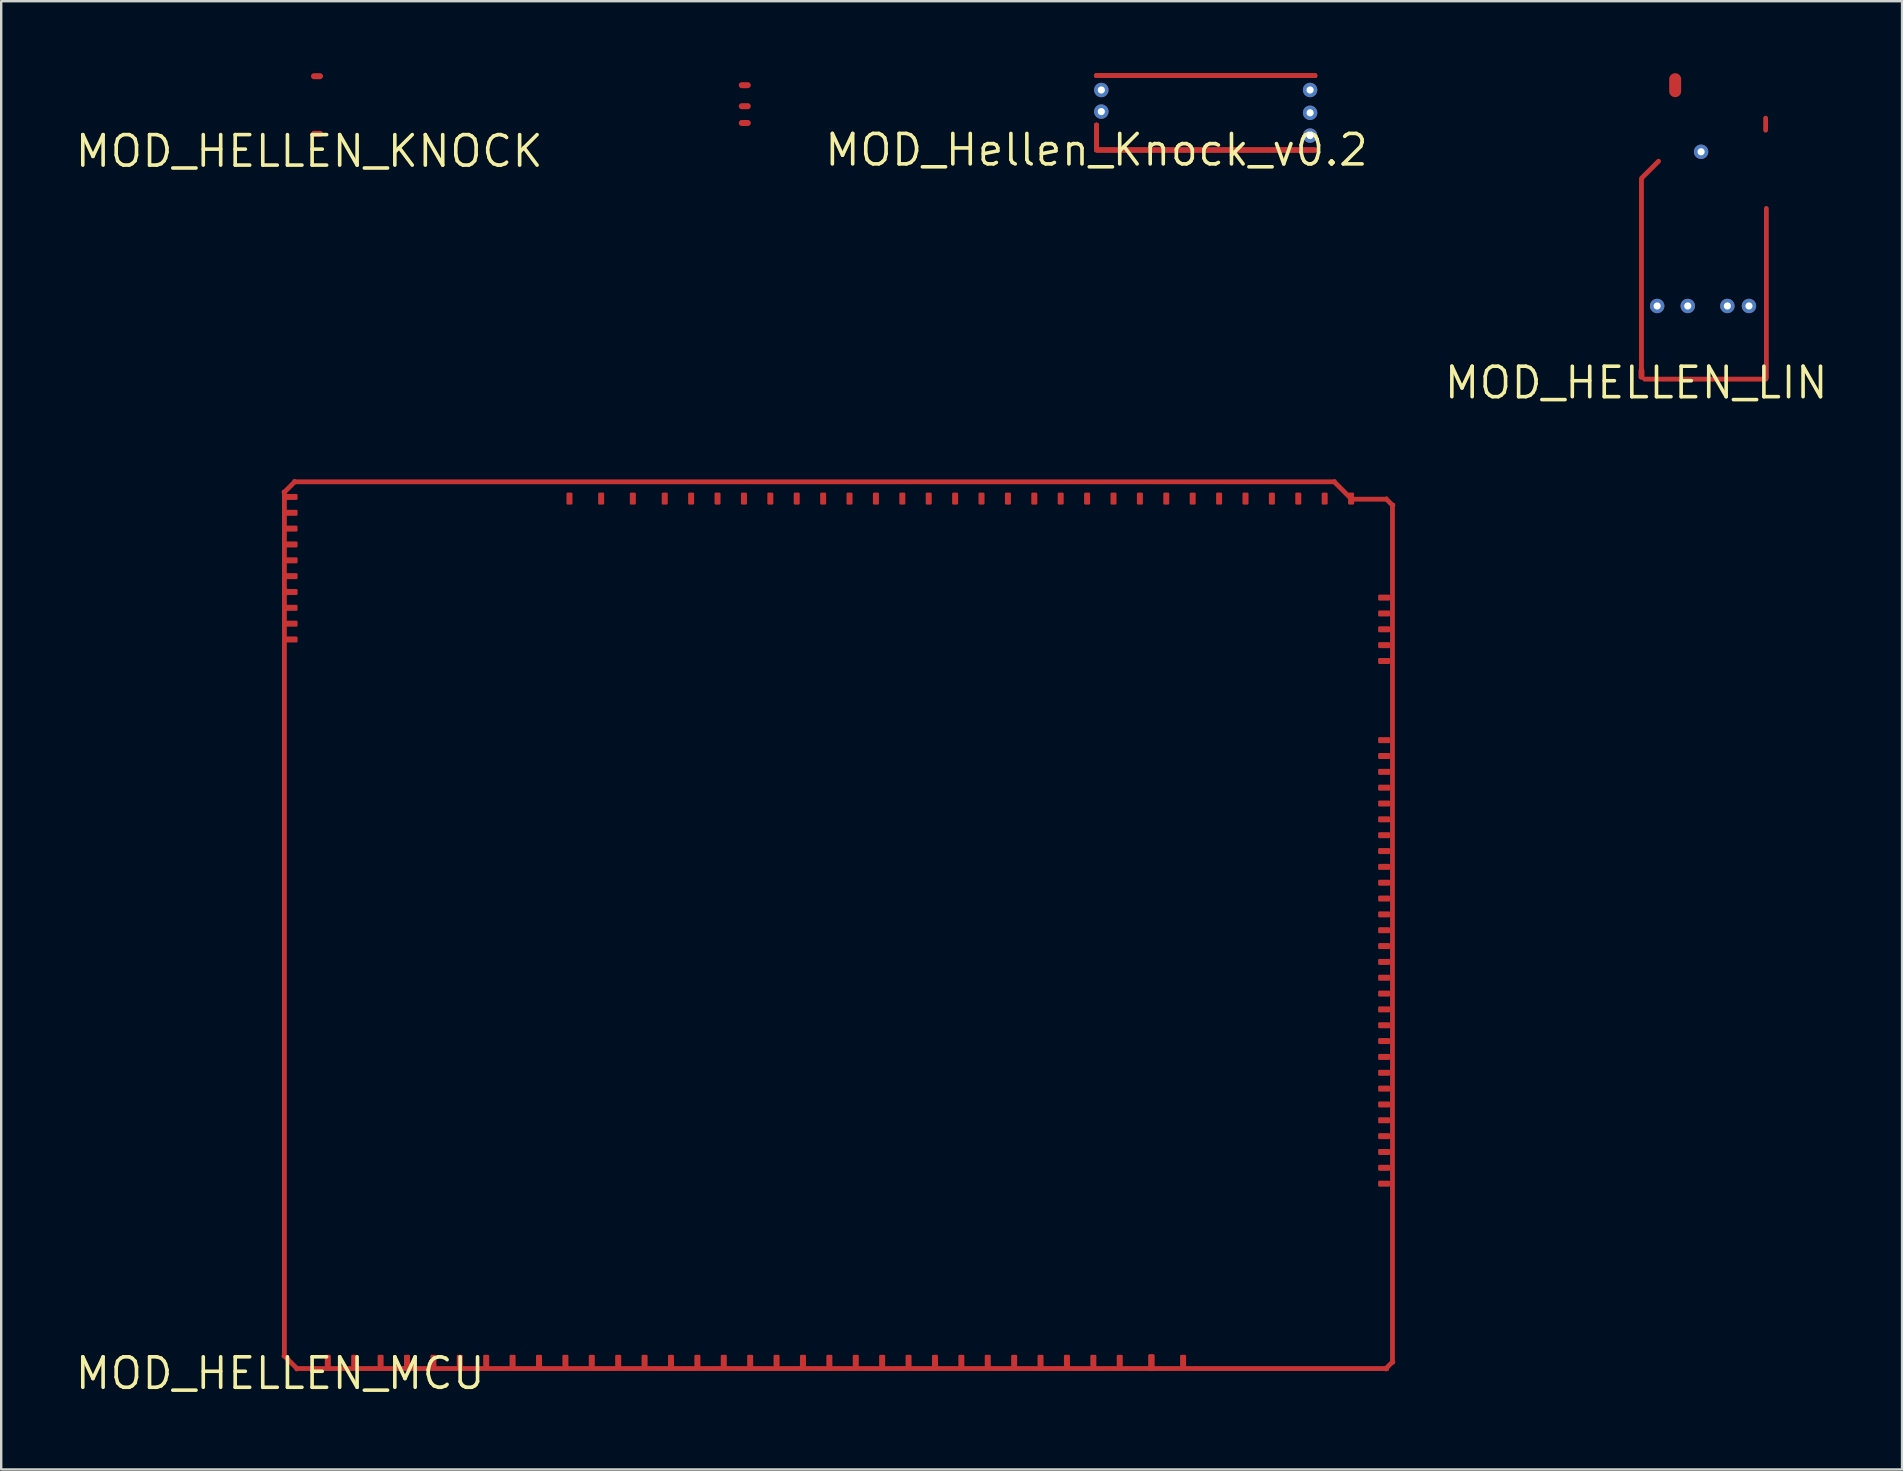
<source format=kicad_pcb>
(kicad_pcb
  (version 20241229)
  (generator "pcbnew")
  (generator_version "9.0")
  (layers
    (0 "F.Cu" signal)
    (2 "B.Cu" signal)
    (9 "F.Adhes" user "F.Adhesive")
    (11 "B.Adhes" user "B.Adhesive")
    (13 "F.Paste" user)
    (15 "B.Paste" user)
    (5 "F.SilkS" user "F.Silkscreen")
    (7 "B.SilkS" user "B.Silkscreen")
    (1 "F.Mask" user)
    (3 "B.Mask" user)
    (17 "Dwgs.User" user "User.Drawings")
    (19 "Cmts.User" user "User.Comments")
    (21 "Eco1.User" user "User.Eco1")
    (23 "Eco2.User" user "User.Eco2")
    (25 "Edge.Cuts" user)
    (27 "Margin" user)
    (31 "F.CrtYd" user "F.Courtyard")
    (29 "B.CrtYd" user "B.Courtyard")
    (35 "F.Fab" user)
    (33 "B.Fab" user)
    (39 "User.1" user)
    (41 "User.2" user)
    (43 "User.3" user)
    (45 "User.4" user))
  (footprint "MOD_HELLEN_KNOCK"
    (layer "F.Cu")
    (at 9.835 3.25)
    (property "Reference" "MOD_HELLEN_KNOCK" (at 0 0 0) (layer "F.SilkS") (effects (font (size 1.27 1.27) (thickness 0.15))))
    (attr through_hole)
    (pad "1" smd oval (at 18.15 -2.75 180) (size 0.5 0.25) (layers "F.Cu" "F.Mask"))
    (pad "2" smd oval (at 18.15 -1.875 180) (size 0.5 0.25) (layers "F.Cu" "F.Mask"))
    (pad "3" smd oval (at 18.15 -1.175 180) (size 0.5 0.25) (layers "F.Cu" "F.Mask"))
    (pad "4" smd oval (at 0.325 -0.725) (size 0.5 0.25) (layers "F.Cu" "F.Mask"))
    (pad "5" smd oval (at 0.325 -3.125) (size 0.5 0.25) (layers "F.Cu" "F.Mask")))
  (footprint "MOD_HELLEN_MCU"
    (layer "F.Cu")
    (at 8.625 54.178)
    (property "Reference" "MOD_HELLEN_MCU" (at 0 0 0) (layer "F.SilkS") (effects (font (size 1.27 1.27) (thickness 0.15))))
    (attr through_hole)
    (pad "1" smd roundrect (at 46.002 -32.325 90) (size 0.25 0.5) (layers "F.Cu" "F.Mask") (roundrect_rratio 0.2))
    (pad "2" smd roundrect (at 46.002 -31.665 270) (size 0.25 0.5) (layers "F.Cu" "F.Mask") (roundrect_rratio 0.2))
    (pad "3" smd roundrect (at 46.002 -31.005 270) (size 0.25 0.5) (layers "F.Cu" "F.Mask") (roundrect_rratio 0.2))
    (pad "4" smd roundrect (at 46.002 -30.345 270) (size 0.25 0.5) (layers "F.Cu" "F.Mask") (roundrect_rratio 0.2))
    (pad "5" smd roundrect (at 46.002 -29.685 270) (size 0.25 0.5) (layers "F.Cu" "F.Mask") (roundrect_rratio 0.2))
    (pad "6" smd roundrect (at 46.002 -26.385 270) (size 0.25 0.5) (layers "F.Cu" "F.Mask") (roundrect_rratio 0.2))
    (pad "7" smd roundrect (at 46.002 -25.725 270) (size 0.25 0.5) (layers "F.Cu" "F.Mask") (roundrect_rratio 0.2))
    (pad "8" smd roundrect (at 46.002 -25.065 270) (size 0.25 0.5) (layers "F.Cu" "F.Mask") (roundrect_rratio 0.2))
    (pad "9" smd roundrect (at 46.002 -24.405 270) (size 0.25 0.5) (layers "F.Cu" "F.Mask") (roundrect_rratio 0.2))
    (pad "10" smd roundrect (at 46.002 -23.745 270) (size 0.25 0.5) (layers "F.Cu" "F.Mask") (roundrect_rratio 0.2))
    (pad "11" smd roundrect (at 46.002 -23.085 270) (size 0.25 0.5) (layers "F.Cu" "F.Mask") (roundrect_rratio 0.2))
    (pad "12" smd roundrect (at 46.002 -22.425 270) (size 0.25 0.5) (layers "F.Cu" "F.Mask") (roundrect_rratio 0.2))
    (pad "13" smd roundrect (at 46.002 -21.765 270) (size 0.25 0.5) (layers "F.Cu" "F.Mask") (roundrect_rratio 0.2))
    (pad "14" smd roundrect (at 46.002 -21.105 270) (size 0.25 0.5) (layers "F.Cu" "F.Mask") (roundrect_rratio 0.2))
    (pad "15" smd roundrect (at 46.002 -20.445 270) (size 0.25 0.5) (layers "F.Cu" "F.Mask") (roundrect_rratio 0.2))
    (pad "16" smd roundrect (at 46.002 -19.785 270) (size 0.25 0.5) (layers "F.Cu" "F.Mask") (roundrect_rratio 0.2))
    (pad "17" smd roundrect (at 46.002 -19.125 270) (size 0.25 0.5) (layers "F.Cu" "F.Mask") (roundrect_rratio 0.2))
    (pad "18" smd roundrect (at 46.002 -18.465 270) (size 0.25 0.5) (layers "F.Cu" "F.Mask") (roundrect_rratio 0.2))
    (pad "19" smd roundrect (at 46.002 -17.805 270) (size 0.25 0.5) (layers "F.Cu" "F.Mask") (roundrect_rratio 0.2))
    (pad "20" smd roundrect (at 46.002 -17.145 270) (size 0.25 0.5) (layers "F.Cu" "F.Mask") (roundrect_rratio 0.2))
    (pad "21" smd roundrect (at 46.002 -16.485 270) (size 0.25 0.5) (layers "F.Cu" "F.Mask") (roundrect_rratio 0.2))
    (pad "22" smd roundrect (at 46.002 -15.825 270) (size 0.25 0.5) (layers "F.Cu" "F.Mask") (roundrect_rratio 0.2))
    (pad "23" smd roundrect (at 46.002 -15.165 270) (size 0.25 0.5) (layers "F.Cu" "F.Mask") (roundrect_rratio 0.2))
    (pad "24" smd roundrect (at 46.002 -14.505 270) (size 0.25 0.5) (layers "F.Cu" "F.Mask") (roundrect_rratio 0.2))
    (pad "25" smd roundrect (at 46.002 -13.845 270) (size 0.25 0.5) (layers "F.Cu" "F.Mask") (roundrect_rratio 0.2))
    (pad "26" smd roundrect (at 46.002 -13.185 270) (size 0.25 0.5) (layers "F.Cu" "F.Mask") (roundrect_rratio 0.2))
    (pad "27" smd roundrect (at 46.002 -12.525 270) (size 0.25 0.5) (layers "F.Cu" "F.Mask") (roundrect_rratio 0.2))
    (pad "28" smd roundrect (at 46.002 -11.865 270) (size 0.25 0.5) (layers "F.Cu" "F.Mask") (roundrect_rratio 0.2))
    (pad "29" smd roundrect (at 46.002 -11.205 270) (size 0.25 0.5) (layers "F.Cu" "F.Mask") (roundrect_rratio 0.2))
    (pad "30" smd roundrect (at 46.002 -10.545 270) (size 0.25 0.5) (layers "F.Cu" "F.Mask") (roundrect_rratio 0.2))
    (pad "31" smd roundrect (at 46.002 -9.885 270) (size 0.25 0.5) (layers "F.Cu" "F.Mask") (roundrect_rratio 0.2))
    (pad "32" smd roundrect (at 46.002 -9.225 270) (size 0.25 0.5) (layers "F.Cu" "F.Mask") (roundrect_rratio 0.2))
    (pad "33" smd roundrect (at 46.002 -8.565 270) (size 0.25 0.5) (layers "F.Cu" "F.Mask") (roundrect_rratio 0.2))
    (pad "34" smd roundrect (at 46.002 -7.905 270) (size 0.25 0.5) (layers "F.Cu" "F.Mask") (roundrect_rratio 0.2))
    (pad "35" smd roundrect (at 12.055 -36.452 180) (size 0.25 0.5) (layers "F.Cu" "F.Mask") (roundrect_rratio 0.2))
    (pad "36" smd roundrect (at 13.375 -36.452) (size 0.25 0.5) (layers "F.Cu" "F.Mask") (roundrect_rratio 0.2))
    (pad "37" smd roundrect (at 14.695 -36.452) (size 0.25 0.5) (layers "F.Cu" "F.Mask") (roundrect_rratio 0.2))
    (pad "38" smd roundrect (at 16.025 -36.452) (size 0.25 0.5) (layers "F.Cu" "F.Mask") (roundrect_rratio 0.2))
    (pad "39" smd roundrect (at 17.125 -36.452) (size 0.25 0.5) (layers "F.Cu" "F.Mask") (roundrect_rratio 0.2))
    (pad "40" smd roundrect (at 18.225 -36.452) (size 0.25 0.5) (layers "F.Cu" "F.Mask") (roundrect_rratio 0.2))
    (pad "41" smd roundrect (at 19.325 -36.452) (size 0.25 0.5) (layers "F.Cu" "F.Mask") (roundrect_rratio 0.2))
    (pad "42" smd roundrect (at 20.425 -36.452) (size 0.25 0.5) (layers "F.Cu" "F.Mask") (roundrect_rratio 0.2))
    (pad "43" smd roundrect (at 21.525 -36.452) (size 0.25 0.5) (layers "F.Cu" "F.Mask") (roundrect_rratio 0.2))
    (pad "44" smd roundrect (at 22.625 -36.452) (size 0.25 0.5) (layers "F.Cu" "F.Mask") (roundrect_rratio 0.2))
    (pad "45" smd roundrect (at 23.725 -36.452) (size 0.25 0.5) (layers "F.Cu" "F.Mask") (roundrect_rratio 0.2))
    (pad "46" smd roundrect (at 24.825 -36.452) (size 0.25 0.5) (layers "F.Cu" "F.Mask") (roundrect_rratio 0.2))
    (pad "47" smd roundrect (at 25.925 -36.452) (size 0.25 0.5) (layers "F.Cu" "F.Mask") (roundrect_rratio 0.2))
    (pad "48" smd roundrect (at 27.025 -36.452) (size 0.25 0.5) (layers "F.Cu" "F.Mask") (roundrect_rratio 0.2))
    (pad "49" smd roundrect (at 28.125 -36.452) (size 0.25 0.5) (layers "F.Cu" "F.Mask") (roundrect_rratio 0.2))
    (pad "50" smd roundrect (at 29.225 -36.452) (size 0.25 0.5) (layers "F.Cu" "F.Mask") (roundrect_rratio 0.2))
    (pad "51" smd roundrect (at 30.325 -36.452) (size 0.25 0.5) (layers "F.Cu" "F.Mask") (roundrect_rratio 0.2))
    (pad "52" smd roundrect (at 31.425 -36.452) (size 0.25 0.5) (layers "F.Cu" "F.Mask") (roundrect_rratio 0.2))
    (pad "53" smd roundrect (at 32.525 -36.452) (size 0.25 0.5) (layers "F.Cu" "F.Mask") (roundrect_rratio 0.2))
    (pad "54" smd roundrect (at 33.625 -36.452) (size 0.25 0.5) (layers "F.Cu" "F.Mask") (roundrect_rratio 0.2))
    (pad "55" smd roundrect (at 34.725 -36.452) (size 0.25 0.5) (layers "F.Cu" "F.Mask") (roundrect_rratio 0.2))
    (pad "56" smd roundrect (at 35.825 -36.452) (size 0.25 0.5) (layers "F.Cu" "F.Mask") (roundrect_rratio 0.2))
    (pad "57" smd roundrect (at 36.925 -36.452) (size 0.25 0.5) (layers "F.Cu" "F.Mask") (roundrect_rratio 0.2))
    (pad "58" smd roundrect (at 38.025 -36.452) (size 0.25 0.5) (layers "F.Cu" "F.Mask") (roundrect_rratio 0.2))
    (pad "59" smd roundrect (at 39.125 -36.452) (size 0.25 0.5) (layers "F.Cu" "F.Mask") (roundrect_rratio 0.2))
    (pad "60" smd roundrect (at 40.225 -36.452) (size 0.25 0.5) (layers "F.Cu" "F.Mask") (roundrect_rratio 0.2))
    (pad "61" smd roundrect (at 41.325 -36.452) (size 0.25 0.5) (layers "F.Cu" "F.Mask") (roundrect_rratio 0.2))
    (pad "62" smd roundrect (at 42.425 -36.452) (size 0.25 0.5) (layers "F.Cu" "F.Mask") (roundrect_rratio 0.2))
    (pad "63" smd roundrect (at 43.525 -36.452) (size 0.25 0.5) (layers "F.Cu" "F.Mask") (roundrect_rratio 0.2))
    (pad "64" smd roundrect (at 44.625 -36.452) (size 0.25 0.5) (layers "F.Cu" "F.Mask") (roundrect_rratio 0.2))
    (pad "65" smd roundrect (at 37.625 -0.523) (size 0.25 0.5) (layers "F.Cu" "F.Mask") (roundrect_rratio 0.2))
    (pad "66" smd roundrect (at 36.305 -0.45 180) (size 0.25 0.7) (layers "F.Cu" "F.Mask") (roundrect_rratio 0.2))
    (pad "67" smd roundrect (at 0.175 -18.722 180) (size 0.2 36.19) (layers "F.Cu" "F.Mask") (roundrect_rratio 0.2))
    (pad "68" smd roundrect (at 23.4 -0.2 270) (size 0.2 45.6) (layers "F.Cu" "F.Mask") (roundrect_rratio 0.2))
    (pad "69" smd roundrect (at 46.35 -18.325 180) (size 0.2 35.9) (layers "F.Cu" "F.Mask") (roundrect_rratio 0.2))
    (pad "70" smd roundrect (at 22.265 -37.15 270) (size 0.2 43.5) (layers "F.Cu" "F.Mask") (roundrect_rratio 0.2))
    (pad "71" smd roundrect (at 0.39 -36.935 315) (size 0.2 0.8) (layers "F.Cu" "F.Mask") (roundrect_rratio 0.2))
    (pad "72" smd roundrect (at 45.375 -36.425 270) (size 0.2 1.6) (layers "F.Cu" "F.Mask") (roundrect_rratio 0.2))
    (pad "73" smd roundrect (at 44.287 -36.788 45) (size 0.2 1.2) (layers "F.Cu" "F.Mask") (roundrect_rratio 0.2))
    (pad "74" smd roundrect (at 46.225 -36.3 45) (size 0.2 0.55) (layers "F.Cu" "F.Mask") (roundrect_rratio 0.2))
    (pad "75" smd roundrect (at 46.213 -0.337 135) (size 0.2 0.58) (layers "F.Cu" "F.Mask") (roundrect_rratio 0.2))
    (pad "76" smd roundrect (at 0.437 -0.463 225) (size 0.2 0.94) (layers "F.Cu" "F.Mask") (roundrect_rratio 0.2))
    (pad "77" smd roundrect (at 36.305 -0.523 180) (size 0.25 0.5) (layers "F.Cu" "F.Mask") (roundrect_rratio 0.2))
    (pad "78" smd roundrect (at 34.985 -0.523 180) (size 0.25 0.5) (layers "F.Cu" "F.Mask") (roundrect_rratio 0.2))
    (pad "79" smd roundrect (at 33.885 -0.523 180) (size 0.25 0.5) (layers "F.Cu" "F.Mask") (roundrect_rratio 0.2))
    (pad "80" smd roundrect (at 32.785 -0.523 180) (size 0.25 0.5) (layers "F.Cu" "F.Mask") (roundrect_rratio 0.2))
    (pad "81" smd roundrect (at 31.685 -0.523 180) (size 0.25 0.5) (layers "F.Cu" "F.Mask") (roundrect_rratio 0.2))
    (pad "82" smd roundrect (at 30.585 -0.523 180) (size 0.25 0.5) (layers "F.Cu" "F.Mask") (roundrect_rratio 0.2))
    (pad "83" smd roundrect (at 29.485 -0.523 180) (size 0.25 0.5) (layers "F.Cu" "F.Mask") (roundrect_rratio 0.2))
    (pad "84" smd roundrect (at 28.385 -0.523 180) (size 0.25 0.5) (layers "F.Cu" "F.Mask") (roundrect_rratio 0.2))
    (pad "85" smd roundrect (at 27.285 -0.523 180) (size 0.25 0.5) (layers "F.Cu" "F.Mask") (roundrect_rratio 0.2))
    (pad "86" smd roundrect (at 26.185 -0.523 180) (size 0.25 0.5) (layers "F.Cu" "F.Mask") (roundrect_rratio 0.2))
    (pad "87" smd roundrect (at 25.085 -0.523 180) (size 0.25 0.5) (layers "F.Cu" "F.Mask") (roundrect_rratio 0.2))
    (pad "88" smd roundrect (at 23.985 -0.523 180) (size 0.25 0.5) (layers "F.Cu" "F.Mask") (roundrect_rratio 0.2))
    (pad "89" smd roundrect (at 22.885 -0.523 180) (size 0.25 0.5) (layers "F.Cu" "F.Mask") (roundrect_rratio 0.2))
    (pad "90" smd roundrect (at 21.785 -0.523 180) (size 0.25 0.5) (layers "F.Cu" "F.Mask") (roundrect_rratio 0.2))
    (pad "91" smd roundrect (at 20.685 -0.523 180) (size 0.25 0.5) (layers "F.Cu" "F.Mask") (roundrect_rratio 0.2))
    (pad "92" smd roundrect (at 19.585 -0.523 180) (size 0.25 0.5) (layers "F.Cu" "F.Mask") (roundrect_rratio 0.2))
    (pad "93" smd roundrect (at 18.485 -0.523 180) (size 0.25 0.5) (layers "F.Cu" "F.Mask") (roundrect_rratio 0.2))
    (pad "94" smd roundrect (at 17.385 -0.523 180) (size 0.25 0.5) (layers "F.Cu" "F.Mask") (roundrect_rratio 0.2))
    (pad "95" smd roundrect (at 16.285 -0.523 180) (size 0.25 0.5) (layers "F.Cu" "F.Mask") (roundrect_rratio 0.2))
    (pad "96" smd roundrect (at 15.185 -0.523 180) (size 0.25 0.5) (layers "F.Cu" "F.Mask") (roundrect_rratio 0.2))
    (pad "97" smd roundrect (at 14.085 -0.523 180) (size 0.25 0.5) (layers "F.Cu" "F.Mask") (roundrect_rratio 0.2))
    (pad "98" smd roundrect (at 12.985 -0.523 180) (size 0.25 0.5) (layers "F.Cu" "F.Mask") (roundrect_rratio 0.2))
    (pad "99" smd roundrect (at 11.885 -0.523 180) (size 0.25 0.5) (layers "F.Cu" "F.Mask") (roundrect_rratio 0.2))
    (pad "100" smd roundrect (at 10.785 -0.523 180) (size 0.25 0.5) (layers "F.Cu" "F.Mask") (roundrect_rratio 0.2))
    (pad "101" smd roundrect (at 9.685 -0.523 180) (size 0.25 0.5) (layers "F.Cu" "F.Mask") (roundrect_rratio 0.2))
    (pad "102" smd roundrect (at 8.585 -0.523 180) (size 0.25 0.5) (layers "F.Cu" "F.Mask") (roundrect_rratio 0.2))
    (pad "103" smd roundrect (at 7.485 -0.523 180) (size 0.25 0.5) (layers "F.Cu" "F.Mask") (roundrect_rratio 0.2))
    (pad "104" smd roundrect (at 6.385 -0.523 180) (size 0.25 0.5) (layers "F.Cu" "F.Mask") (roundrect_rratio 0.2))
    (pad "105" smd roundrect (at 5.285 -0.523 180) (size 0.25 0.5) (layers "F.Cu" "F.Mask") (roundrect_rratio 0.2))
    (pad "106" smd roundrect (at 4.185 -0.523 180) (size 0.25 0.5) (layers "F.Cu" "F.Mask") (roundrect_rratio 0.2))
    (pad "107" smd roundrect (at 3.085 -0.523 180) (size 0.25 0.5) (layers "F.Cu" "F.Mask") (roundrect_rratio 0.2))
    (pad "108" smd roundrect (at 1.985 -0.523 180) (size 0.25 0.5) (layers "F.Cu" "F.Mask") (roundrect_rratio 0.2))
    (pad "109" smd roundrect (at 0.475 -30.58 90) (size 0.25 0.5) (layers "F.Cu" "F.Mask") (roundrect_rratio 0.2))
    (pad "110" smd roundrect (at 0.475 -31.24 90) (size 0.25 0.5) (layers "F.Cu" "F.Mask") (roundrect_rratio 0.2))
    (pad "111" smd roundrect (at 0.475 -31.9 90) (size 0.25 0.5) (layers "F.Cu" "F.Mask") (roundrect_rratio 0.2))
    (pad "112" smd roundrect (at 0.475 -32.56 90) (size 0.25 0.5) (layers "F.Cu" "F.Mask") (roundrect_rratio 0.2))
    (pad "113" smd roundrect (at 0.475 -33.22 90) (size 0.25 0.5) (layers "F.Cu" "F.Mask") (roundrect_rratio 0.2))
    (pad "114" smd roundrect (at 0.475 -33.88 90) (size 0.25 0.5) (layers "F.Cu" "F.Mask") (roundrect_rratio 0.2))
    (pad "115" smd roundrect (at 0.475 -34.54 90) (size 0.25 0.5) (layers "F.Cu" "F.Mask") (roundrect_rratio 0.2))
    (pad "116" smd roundrect (at 0.475 -35.2 90) (size 0.25 0.5) (layers "F.Cu" "F.Mask") (roundrect_rratio 0.2))
    (pad "117" smd roundrect (at 0.475 -35.86 90) (size 0.25 0.5) (layers "F.Cu" "F.Mask") (roundrect_rratio 0.2))
    (pad "118" smd roundrect (at 0.475 -36.52 90) (size 0.25 0.5) (layers "F.Cu" "F.Mask") (roundrect_rratio 0.2)))
  (footprint "MOD_HELLEN_LIN"
    (layer "F.Cu")
    (at 65.13 12.9)
    (property "Reference" "MOD_HELLEN_LIN" (at 0 0 0) (layer "F.SilkS") (effects (font (size 1.27 1.27) (thickness 0.15))))
    (attr through_hole)
    (pad "1" smd oval (at 0.578 -8.878 315) (size 0.2 1.2) (layers "F.Cu" "F.Mask"))
    (pad "2" smd oval (at 0.22 -4.363) (size 0.2 8.4) (layers "F.Cu" "F.Mask"))
    (pad "3" smd oval (at 2.879 -0.15 270) (size 0.2 5.25) (layers "F.Cu" "F.Mask"))
    (pad "4" smd oval (at 5.395 -10.775 270) (size 0.7 0.2) (layers "F.Cu" "F.Mask"))
    (pad "5" smd oval (at 5.425 -3.738) (size 0.2 7.25) (layers "F.Cu" "F.Mask"))
    (pad "6" smd oval (at 1.625 -12.4 90) (size 1 0.5) (layers "F.Cu" "F.Mask"))
    (pad "7" smd oval (at 0.22 -0.375 270) (size 0.5 0.25) (layers "F.Cu" "F.Mask"))
    (pad "8" thru_hole oval (at 2.705 -9.625 90) (size 0.6 0.6) (drill 0.3) (layers "F.Cu" "F.Mask"))
    (pad "9" thru_hole oval (at 0.875 -3.2 270) (size 0.6 0.6) (drill 0.3) (layers "F.Cu" "F.Mask"))
    (pad "10" thru_hole oval (at 2.15 -3.2 270) (size 0.6 0.6) (drill 0.3) (layers "F.Cu" "F.Mask"))
    (pad "11" thru_hole oval (at 3.8 -3.2 270) (size 0.6 0.6) (drill 0.3) (layers "F.Cu" "F.Mask"))
    (pad "12" thru_hole oval (at 4.7 -3.2 270) (size 0.6 0.6) (drill 0.3) (layers "F.Cu" "F.Mask")))
  (footprint "MOD_Hellen_Knock_v0.2"
    (layer "F.Cu")
    (at 42.642 3.2)
    (property "Reference" "MOD_Hellen_Knock_v0.2" (at 0 0 0) (layer "F.SilkS") (effects (font (size 1.27 1.27) (thickness 0.15))))
    (attr through_hole)
    (pad "1" thru_hole oval (at 8.9 -2.5 180) (size 0.6 0.6) (drill 0.3) (layers "F.Cu" "F.Mask"))
    (pad "2" smd oval (at 4.55 -3.1 90) (size 0.2 9.3) (layers "F.Cu" "F.Mask"))
    (pad "3" smd oval (at 4.55 0 270) (size 0.2 9.3) (layers "F.Cu" "F.Mask"))
    (pad "4" smd oval (at 0 -0.525 180) (size 0.2 1.225) (layers "F.Cu" "F.Mask"))
    (pad "5" smd oval (at 4.55 -3.1 90) (size 0.2 9.3) (layers "F.Cu" "F.Mask"))
    (pad "6" smd oval (at 4.55 0 270) (size 0.2 9.3) (layers "F.Cu" "F.Mask"))
    (pad "7" smd oval (at 0 -0.525 180) (size 0.2 1.225) (layers "F.Cu" "F.Mask"))
    (pad "8" thru_hole oval (at 8.9 -1.55 180) (size 0.6 0.6) (drill 0.3) (layers "F.Cu" "F.Mask"))
    (pad "9" smd oval (at 4.55 -3.1 90) (size 0.2 9.3) (layers "F.Cu" "F.Mask"))
    (pad "10" smd oval (at 4.55 0 270) (size 0.2 9.3) (layers "F.Cu" "F.Mask"))
    (pad "11" smd oval (at 0 -0.525 180) (size 0.2 1.225) (layers "F.Cu" "F.Mask"))
    (pad "12" smd oval (at 4.55 -3.1 90) (size 0.2 9.3) (layers "F.Cu" "F.Mask"))
    (pad "13" smd oval (at 4.55 0 270) (size 0.2 9.3) (layers "F.Cu" "F.Mask"))
    (pad "14" smd oval (at 0 -0.525 180) (size 0.2 1.225) (layers "F.Cu" "F.Mask"))
    (pad "15" thru_hole oval (at 8.9 -0.6 180) (size 0.6 0.6) (drill 0.3) (layers "F.Cu" "F.Mask"))
    (pad "16" thru_hole oval (at 0.2 -1.6) (size 0.6 0.6) (drill 0.3) (layers "F.Cu" "F.Mask"))
    (pad "17" thru_hole oval (at 0.2 -2.5) (size 0.6 0.6) (drill 0.3) (layers "F.Cu" "F.Mask")))
  (gr_rect
    (start -3 -3)
    (end 76.21 58.184)
    (stroke (width 0.1) (type default))
    (fill no)
    (layer "Edge.Cuts")))
</source>
